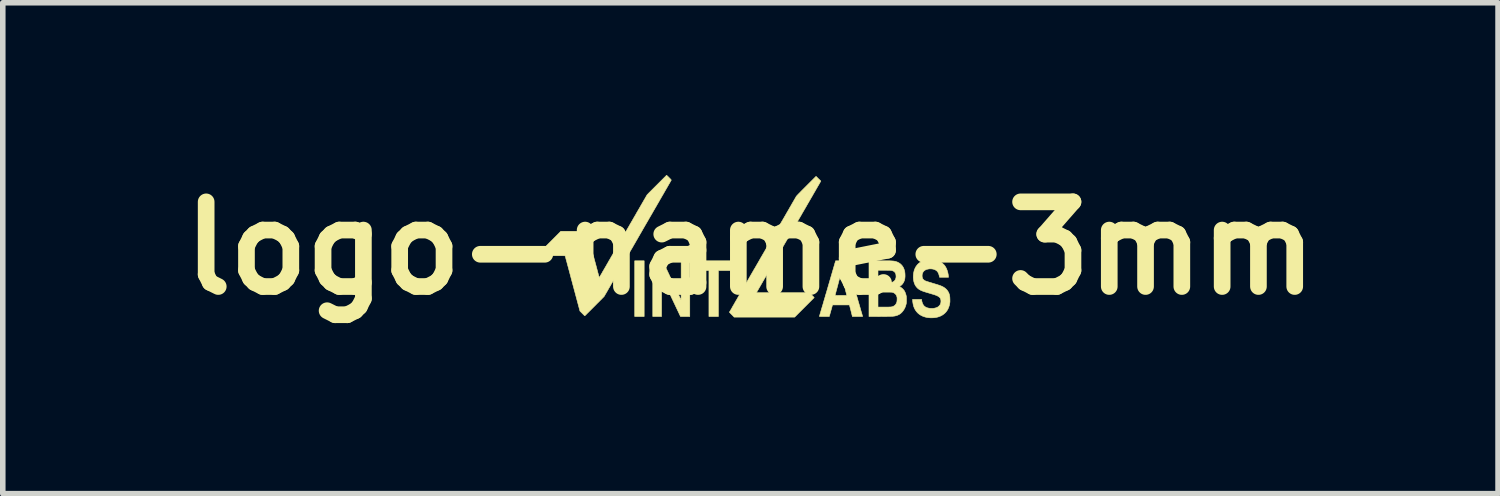
<source format=kicad_pcb>
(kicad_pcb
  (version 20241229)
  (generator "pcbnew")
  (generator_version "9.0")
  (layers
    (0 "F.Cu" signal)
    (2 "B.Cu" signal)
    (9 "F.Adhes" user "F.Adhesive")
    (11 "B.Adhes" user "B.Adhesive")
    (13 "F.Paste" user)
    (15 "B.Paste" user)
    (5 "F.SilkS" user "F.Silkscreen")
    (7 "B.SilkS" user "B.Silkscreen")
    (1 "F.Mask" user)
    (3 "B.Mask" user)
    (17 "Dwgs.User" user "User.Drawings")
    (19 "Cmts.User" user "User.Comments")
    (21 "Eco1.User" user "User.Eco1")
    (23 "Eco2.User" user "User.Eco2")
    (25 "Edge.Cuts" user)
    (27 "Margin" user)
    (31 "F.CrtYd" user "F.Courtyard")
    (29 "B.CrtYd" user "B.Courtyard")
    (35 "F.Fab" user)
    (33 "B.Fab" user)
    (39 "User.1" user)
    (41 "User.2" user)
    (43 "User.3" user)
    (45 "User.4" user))
  (footprint "logo-name-3mm"
    (layer "F.Cu")
    (at 10.458 1.418)
    (property "Reference" "logo-name-3mm" (at 0 0 0) (layer "F.SilkS") (effects (font (size 1.524 1.524) (thickness 0.3))))
    (attr through_hole)
    (fp_poly (pts (xy -1.913 1.229) (xy -2.083 1.229) (xy -2.083 0.226) (xy -1.913 0.226) (xy -1.913 1.229)) (stroke (width 0.01) (type solid)) (fill yes) (layer "F.SilkS"))
    (fp_poly (pts (xy -0.328 0.401) (xy -0.577 0.401) (xy -0.577 1.229) (xy -0.747 1.229) (xy -0.747 0.401) (xy -0.993 0.401) (xy -0.993 0.226) (xy -0.328 0.226) (xy -0.328 0.401)) (stroke (width 0.01) (type solid)) (fill yes) (layer "F.SilkS"))
    (fp_poly (pts (xy -1.416 0.578) (xy -1.397 0.618) (xy -1.379 0.656) (xy -1.362 0.693) (xy -1.345 0.729) (xy -1.33 0.762) (xy -1.315 0.793) (xy -1.301 0.821) (xy -1.289 0.847) (xy -1.278 0.87) (xy -1.269 0.889) (xy -1.261 0.905) (xy -1.256 0.917) (xy -1.251 0.925) (xy -1.249 0.929) (xy -1.249 0.93) (xy -1.249 0.927) (xy -1.249 0.92) (xy -1.249 0.908) (xy -1.248 0.892) (xy -1.248 0.872) (xy -1.248 0.849) (xy -1.248 0.822) (xy -1.248 0.792) (xy -1.247 0.759) (xy -1.247 0.724) (xy -1.247 0.686) (xy -1.247 0.647) (xy -1.247 0.606) (xy -1.247 0.578) (xy -1.247 0.226) (xy -1.092 0.226) (xy -1.092 1.229) (xy -1.259 1.229) (xy -1.429 0.869) (xy -1.599 0.509) (xy -1.6 1.229) (xy -1.758 1.229) (xy -1.758 0.226) (xy -1.581 0.226) (xy -1.416 0.578)) (stroke (width 0.01) (type solid)) (fill yes) (layer "F.SilkS"))
    (fp_poly (pts (xy 1.705 0.227) (xy 1.715 0.227) (xy 1.721 0.227) (xy 1.726 0.228) (xy 1.729 0.228) (xy 1.73 0.229) (xy 1.731 0.23) (xy 1.731 0.23) (xy 1.732 0.235) (xy 1.735 0.244) (xy 1.738 0.257) (xy 1.743 0.273) (xy 1.749 0.294) (xy 1.756 0.318) (xy 1.764 0.345) (xy 1.773 0.375) (xy 1.782 0.407) (xy 1.792 0.442) (xy 1.803 0.479) (xy 1.814 0.517) (xy 1.825 0.557) (xy 1.837 0.598) (xy 1.849 0.64) (xy 1.861 0.682) (xy 1.874 0.725) (xy 1.886 0.767) (xy 1.898 0.81) (xy 1.911 0.852) (xy 1.923 0.893) (xy 1.934 0.933) (xy 1.945 0.972) (xy 1.956 1.009) (xy 1.966 1.044) (xy 1.976 1.077) (xy 1.984 1.107) (xy 1.992 1.135) (xy 2 1.159) (xy 2.006 1.181) (xy 2.011 1.199) (xy 2.015 1.212) (xy 2.018 1.222) (xy 2.019 1.227) (xy 2.019 1.228) (xy 2.017 1.228) (xy 2.01 1.229) (xy 1.999 1.229) (xy 1.985 1.229) (xy 1.968 1.229) (xy 1.948 1.229) (xy 1.927 1.229) (xy 1.835 1.229) (xy 1.809 1.125) (xy 1.782 1.021) (xy 1.477 1.021) (xy 1.456 1.098) (xy 1.45 1.118) (xy 1.444 1.139) (xy 1.439 1.158) (xy 1.434 1.175) (xy 1.43 1.19) (xy 1.427 1.2) (xy 1.427 1.202) (xy 1.419 1.229) (xy 1.329 1.229) (xy 1.306 1.229) (xy 1.286 1.229) (xy 1.271 1.229) (xy 1.259 1.229) (xy 1.251 1.228) (xy 1.246 1.228) (xy 1.243 1.227) (xy 1.241 1.226) (xy 1.241 1.226) (xy 1.242 1.223) (xy 1.244 1.215) (xy 1.248 1.204) (xy 1.252 1.188) (xy 1.258 1.168) (xy 1.265 1.144) (xy 1.273 1.117) (xy 1.282 1.086) (xy 1.292 1.053) (xy 1.303 1.017) (xy 1.314 0.978) (xy 1.326 0.937) (xy 1.339 0.893) (xy 1.352 0.849) (xy 1.524 0.849) (xy 1.524 0.849) (xy 1.526 0.849) (xy 1.533 0.85) (xy 1.544 0.85) (xy 1.559 0.85) (xy 1.577 0.851) (xy 1.596 0.851) (xy 1.618 0.851) (xy 1.63 0.851) (xy 1.657 0.851) (xy 1.679 0.851) (xy 1.697 0.851) (xy 1.711 0.85) (xy 1.721 0.85) (xy 1.728 0.849) (xy 1.732 0.849) (xy 1.734 0.848) (xy 1.734 0.848) (xy 1.733 0.845) (xy 1.731 0.837) (xy 1.728 0.826) (xy 1.725 0.81) (xy 1.72 0.792) (xy 1.714 0.77) (xy 1.708 0.745) (xy 1.701 0.718) (xy 1.693 0.69) (xy 1.686 0.659) (xy 1.683 0.648) (xy 1.675 0.617) (xy 1.667 0.588) (xy 1.66 0.56) (xy 1.654 0.535) (xy 1.648 0.512) (xy 1.643 0.492) (xy 1.638 0.476) (xy 1.635 0.463) (xy 1.632 0.454) (xy 1.631 0.449) (xy 1.631 0.449) (xy 1.63 0.451) (xy 1.628 0.458) (xy 1.625 0.468) (xy 1.621 0.483) (xy 1.616 0.5) (xy 1.611 0.52) (xy 1.605 0.543) (xy 1.598 0.567) (xy 1.591 0.592) (xy 1.584 0.619) (xy 1.577 0.646) (xy 1.57 0.673) (xy 1.563 0.699) (xy 1.556 0.725) (xy 1.549 0.75) (xy 1.543 0.773) (xy 1.538 0.793) (xy 1.533 0.811) (xy 1.529 0.827) (xy 1.526 0.838) (xy 1.525 0.846) (xy 1.524 0.849) (xy 1.352 0.849) (xy 1.352 0.848) (xy 1.366 0.801) (xy 1.38 0.753) (xy 1.388 0.725) (xy 1.533 0.227) (xy 1.631 0.227) (xy 1.656 0.227) (xy 1.677 0.226) (xy 1.693 0.226) (xy 1.705 0.227)) (stroke (width 0.01) (type solid)) (fill yes) (layer "F.SilkS"))
    (fp_poly (pts (xy 2.326 0.226) (xy 2.368 0.226) (xy 2.404 0.226) (xy 2.437 0.226) (xy 2.465 0.227) (xy 2.49 0.227) (xy 2.512 0.227) (xy 2.53 0.228) (xy 2.547 0.229) (xy 2.56 0.23) (xy 2.573 0.231) (xy 2.583 0.232) (xy 2.592 0.234) (xy 2.601 0.235) (xy 2.609 0.237) (xy 2.609 0.237) (xy 2.642 0.248) (xy 2.672 0.263) (xy 2.698 0.281) (xy 2.721 0.303) (xy 2.741 0.328) (xy 2.757 0.357) (xy 2.769 0.389) (xy 2.778 0.423) (xy 2.782 0.461) (xy 2.783 0.5) (xy 2.783 0.504) (xy 2.782 0.519) (xy 2.781 0.534) (xy 2.779 0.548) (xy 2.777 0.558) (xy 2.769 0.587) (xy 2.756 0.615) (xy 2.74 0.64) (xy 2.72 0.662) (xy 2.697 0.679) (xy 2.696 0.68) (xy 2.689 0.684) (xy 2.685 0.688) (xy 2.685 0.689) (xy 2.687 0.69) (xy 2.692 0.694) (xy 2.7 0.7) (xy 2.708 0.705) (xy 2.732 0.723) (xy 2.753 0.744) (xy 2.771 0.768) (xy 2.785 0.796) (xy 2.796 0.827) (xy 2.802 0.849) (xy 2.804 0.858) (xy 2.806 0.867) (xy 2.807 0.876) (xy 2.807 0.887) (xy 2.808 0.901) (xy 2.808 0.919) (xy 2.808 0.927) (xy 2.808 0.947) (xy 2.808 0.964) (xy 2.807 0.977) (xy 2.806 0.989) (xy 2.804 1) (xy 2.801 1.012) (xy 2.797 1.025) (xy 2.795 1.034) (xy 2.783 1.066) (xy 2.768 1.096) (xy 2.75 1.124) (xy 2.729 1.15) (xy 2.707 1.171) (xy 2.689 1.185) (xy 2.667 1.197) (xy 2.643 1.208) (xy 2.617 1.216) (xy 2.588 1.222) (xy 2.568 1.224) (xy 2.56 1.225) (xy 2.547 1.226) (xy 2.53 1.226) (xy 2.508 1.227) (xy 2.481 1.227) (xy 2.45 1.228) (xy 2.414 1.228) (xy 2.375 1.228) (xy 2.339 1.229) (xy 2.134 1.23) (xy 2.134 0.79) (xy 2.296 0.79) (xy 2.296 1.059) (xy 2.409 1.059) (xy 2.439 1.059) (xy 2.465 1.059) (xy 2.486 1.059) (xy 2.504 1.058) (xy 2.518 1.058) (xy 2.529 1.057) (xy 2.537 1.056) (xy 2.54 1.056) (xy 2.565 1.049) (xy 2.586 1.038) (xy 2.604 1.024) (xy 2.618 1.006) (xy 2.63 0.984) (xy 2.636 0.965) (xy 2.638 0.953) (xy 2.639 0.937) (xy 2.64 0.919) (xy 2.64 0.902) (xy 2.639 0.887) (xy 2.637 0.876) (xy 2.629 0.853) (xy 2.617 0.833) (xy 2.601 0.817) (xy 2.582 0.804) (xy 2.56 0.795) (xy 2.556 0.794) (xy 2.552 0.793) (xy 2.547 0.792) (xy 2.54 0.792) (xy 2.531 0.791) (xy 2.519 0.791) (xy 2.504 0.79) (xy 2.486 0.79) (xy 2.465 0.79) (xy 2.438 0.79) (xy 2.419 0.79) (xy 2.296 0.79) (xy 2.134 0.79) (xy 2.134 0.62) (xy 2.296 0.62) (xy 2.409 0.62) (xy 2.442 0.62) (xy 2.47 0.619) (xy 2.493 0.619) (xy 2.511 0.619) (xy 2.525 0.618) (xy 2.534 0.617) (xy 2.535 0.617) (xy 2.558 0.61) (xy 2.578 0.599) (xy 2.595 0.584) (xy 2.607 0.566) (xy 2.616 0.544) (xy 2.619 0.532) (xy 2.621 0.517) (xy 2.621 0.5) (xy 2.619 0.483) (xy 2.617 0.467) (xy 2.614 0.457) (xy 2.604 0.439) (xy 2.591 0.424) (xy 2.574 0.412) (xy 2.552 0.404) (xy 2.547 0.402) (xy 2.543 0.401) (xy 2.537 0.4) (xy 2.531 0.4) (xy 2.522 0.399) (xy 2.511 0.398) (xy 2.497 0.398) (xy 2.48 0.398) (xy 2.459 0.397) (xy 2.434 0.397) (xy 2.414 0.397) (xy 2.296 0.396) (xy 2.296 0.62) (xy 2.134 0.62) (xy 2.134 0.226) (xy 2.326 0.226)) (stroke (width 0.01) (type solid)) (fill yes) (layer "F.SilkS"))
    (fp_poly (pts (xy 3.27 0.203) (xy 3.274 0.204) (xy 3.315 0.208) (xy 3.354 0.217) (xy 3.389 0.229) (xy 3.422 0.246) (xy 3.452 0.267) (xy 3.474 0.288) (xy 3.486 0.3) (xy 3.496 0.311) (xy 3.504 0.323) (xy 3.512 0.336) (xy 3.517 0.344) (xy 3.531 0.372) (xy 3.543 0.404) (xy 3.553 0.439) (xy 3.56 0.475) (xy 3.564 0.509) (xy 3.566 0.523) (xy 3.404 0.523) (xy 3.402 0.514) (xy 3.395 0.482) (xy 3.386 0.455) (xy 3.374 0.432) (xy 3.359 0.413) (xy 3.341 0.398) (xy 3.32 0.387) (xy 3.296 0.378) (xy 3.276 0.374) (xy 3.246 0.371) (xy 3.217 0.372) (xy 3.189 0.377) (xy 3.164 0.384) (xy 3.143 0.395) (xy 3.124 0.409) (xy 3.122 0.411) (xy 3.109 0.427) (xy 3.099 0.447) (xy 3.092 0.469) (xy 3.09 0.491) (xy 3.091 0.514) (xy 3.096 0.536) (xy 3.099 0.544) (xy 3.107 0.557) (xy 3.119 0.569) (xy 3.134 0.581) (xy 3.148 0.588) (xy 3.154 0.59) (xy 3.165 0.594) (xy 3.179 0.599) (xy 3.196 0.604) (xy 3.216 0.611) (xy 3.238 0.617) (xy 3.261 0.624) (xy 3.279 0.63) (xy 3.303 0.637) (xy 3.326 0.644) (xy 3.347 0.65) (xy 3.367 0.656) (xy 3.383 0.662) (xy 3.397 0.666) (xy 3.407 0.669) (xy 3.411 0.671) (xy 3.448 0.686) (xy 3.48 0.703) (xy 3.508 0.723) (xy 3.532 0.745) (xy 3.551 0.77) (xy 3.567 0.797) (xy 3.579 0.827) (xy 3.584 0.848) (xy 3.587 0.863) (xy 3.589 0.881) (xy 3.59 0.902) (xy 3.591 0.924) (xy 3.591 0.945) (xy 3.591 0.965) (xy 3.589 0.982) (xy 3.589 0.982) (xy 3.582 1.022) (xy 3.57 1.06) (xy 3.555 1.095) (xy 3.536 1.127) (xy 3.513 1.156) (xy 3.486 1.181) (xy 3.457 1.202) (xy 3.424 1.22) (xy 3.388 1.234) (xy 3.356 1.243) (xy 3.322 1.249) (xy 3.288 1.252) (xy 3.25 1.253) (xy 3.228 1.252) (xy 3.186 1.248) (xy 3.146 1.239) (xy 3.109 1.227) (xy 3.074 1.211) (xy 3.042 1.191) (xy 3.014 1.168) (xy 2.989 1.141) (xy 2.968 1.111) (xy 2.964 1.104) (xy 2.95 1.077) (xy 2.939 1.049) (xy 2.931 1.021) (xy 2.925 0.989) (xy 2.92 0.954) (xy 2.92 0.944) (xy 2.918 0.922) (xy 3.081 0.922) (xy 3.082 0.934) (xy 3.088 0.966) (xy 3.097 0.993) (xy 3.109 1.017) (xy 3.124 1.037) (xy 3.143 1.053) (xy 3.165 1.066) (xy 3.191 1.075) (xy 3.221 1.081) (xy 3.228 1.082) (xy 3.26 1.084) (xy 3.29 1.083) (xy 3.319 1.078) (xy 3.345 1.071) (xy 3.368 1.061) (xy 3.387 1.048) (xy 3.391 1.044) (xy 3.407 1.027) (xy 3.418 1.01) (xy 3.425 0.99) (xy 3.429 0.967) (xy 3.429 0.955) (xy 3.428 0.933) (xy 3.423 0.914) (xy 3.415 0.897) (xy 3.403 0.883) (xy 3.386 0.87) (xy 3.365 0.858) (xy 3.364 0.858) (xy 3.355 0.853) (xy 3.345 0.849) (xy 3.334 0.845) (xy 3.32 0.84) (xy 3.305 0.835) (xy 3.286 0.829) (xy 3.264 0.823) (xy 3.238 0.815) (xy 3.222 0.81) (xy 3.191 0.801) (xy 3.164 0.793) (xy 3.142 0.786) (xy 3.122 0.78) (xy 3.105 0.774) (xy 3.091 0.768) (xy 3.077 0.763) (xy 3.065 0.757) (xy 3.063 0.756) (xy 3.033 0.739) (xy 3.008 0.719) (xy 2.986 0.695) (xy 2.967 0.668) (xy 2.953 0.637) (xy 2.942 0.603) (xy 2.935 0.565) (xy 2.934 0.556) (xy 2.931 0.525) (xy 2.932 0.492) (xy 2.935 0.459) (xy 2.941 0.427) (xy 2.948 0.398) (xy 2.949 0.395) (xy 2.963 0.361) (xy 2.979 0.331) (xy 2.999 0.304) (xy 3.018 0.283) (xy 3.046 0.26) (xy 3.076 0.24) (xy 3.109 0.225) (xy 3.144 0.214) (xy 3.183 0.206) (xy 3.225 0.203) (xy 3.27 0.203)) (stroke (width 0.01) (type solid)) (fill yes) (layer "F.SilkS"))
    (fp_poly (pts (xy -1.467 -1.273) (xy -1.455 -1.261) (xy -1.444 -1.25) (xy -1.436 -1.24) (xy -1.429 -1.233) (xy -1.426 -1.229) (xy -1.425 -1.228) (xy -1.426 -1.224) (xy -1.43 -1.218) (xy -1.435 -1.209) (xy -1.441 -1.198) (xy -1.441 -1.197) (xy -1.448 -1.186) (xy -1.453 -1.177) (xy -1.456 -1.171) (xy -1.458 -1.168) (xy -1.458 -1.168) (xy -1.459 -1.165) (xy -1.463 -1.159) (xy -1.467 -1.153) (xy -1.471 -1.146) (xy -1.475 -1.14) (xy -1.476 -1.138) (xy -1.477 -1.135) (xy -1.48 -1.129) (xy -1.485 -1.122) (xy -1.489 -1.115) (xy -1.492 -1.109) (xy -1.494 -1.107) (xy -1.495 -1.103) (xy -1.498 -1.098) (xy -1.498 -1.098) (xy -1.502 -1.092) (xy -1.507 -1.084) (xy -1.512 -1.074) (xy -1.513 -1.073) (xy -1.518 -1.064) (xy -1.522 -1.057) (xy -1.525 -1.052) (xy -1.526 -1.051) (xy -1.528 -1.047) (xy -1.529 -1.046) (xy -1.53 -1.043) (xy -1.534 -1.037) (xy -1.539 -1.028) (xy -1.545 -1.017) (xy -1.551 -1.007) (xy -1.558 -0.995) (xy -1.564 -0.984) (xy -1.569 -0.976) (xy -1.572 -0.971) (xy -1.572 -0.969) (xy -1.574 -0.967) (xy -1.577 -0.961) (xy -1.581 -0.955) (xy -1.586 -0.947) (xy -1.589 -0.942) (xy -1.59 -0.939) (xy -1.591 -0.937) (xy -1.595 -0.931) (xy -1.599 -0.924) (xy -1.604 -0.917) (xy -1.607 -0.911) (xy -1.608 -0.909) (xy -1.609 -0.905) (xy -1.612 -0.9) (xy -1.613 -0.9) (xy -1.617 -0.893) (xy -1.622 -0.885) (xy -1.624 -0.881) (xy -1.629 -0.873) (xy -1.634 -0.864) (xy -1.635 -0.861) (xy -1.639 -0.854) (xy -1.642 -0.849) (xy -1.643 -0.848) (xy -1.644 -0.845) (xy -1.648 -0.838) (xy -1.654 -0.828) (xy -1.661 -0.817) (xy -1.665 -0.808) (xy -1.673 -0.796) (xy -1.679 -0.786) (xy -1.683 -0.778) (xy -1.686 -0.773) (xy -1.687 -0.771) (xy -1.688 -0.769) (xy -1.691 -0.763) (xy -1.695 -0.757) (xy -1.7 -0.749) (xy -1.703 -0.744) (xy -1.704 -0.741) (xy -1.706 -0.738) (xy -1.709 -0.733) (xy -1.713 -0.726) (xy -1.718 -0.719) (xy -1.721 -0.713) (xy -1.722 -0.71) (xy -1.723 -0.707) (xy -1.727 -0.702) (xy -1.727 -0.701) (xy -1.731 -0.695) (xy -1.736 -0.687) (xy -1.738 -0.683) (xy -1.743 -0.674) (xy -1.748 -0.666) (xy -1.75 -0.663) (xy -1.754 -0.656) (xy -1.756 -0.651) (xy -1.757 -0.65) (xy -1.759 -0.646) (xy -1.763 -0.639) (xy -1.768 -0.631) (xy -1.77 -0.627) (xy -1.776 -0.617) (xy -1.781 -0.608) (xy -1.786 -0.601) (xy -1.786 -0.599) (xy -1.791 -0.591) (xy -1.796 -0.584) (xy -1.796 -0.583) (xy -1.8 -0.576) (xy -1.805 -0.568) (xy -1.807 -0.563) (xy -1.812 -0.555) (xy -1.816 -0.548) (xy -1.818 -0.546) (xy -1.821 -0.542) (xy -1.821 -0.54) (xy -1.822 -0.538) (xy -1.826 -0.531) (xy -1.83 -0.523) (xy -1.834 -0.517) (xy -1.839 -0.508) (xy -1.844 -0.5) (xy -1.846 -0.496) (xy -1.847 -0.494) (xy -1.848 -0.492) (xy -1.851 -0.486) (xy -1.855 -0.48) (xy -1.86 -0.472) (xy -1.863 -0.467) (xy -1.864 -0.464) (xy -1.866 -0.462) (xy -1.869 -0.456) (xy -1.873 -0.449) (xy -1.878 -0.442) (xy -1.881 -0.436) (xy -1.882 -0.433) (xy -1.884 -0.43) (xy -1.886 -0.427) (xy -1.889 -0.423) (xy -1.893 -0.416) (xy -1.897 -0.408) (xy -1.902 -0.4) (xy -1.905 -0.393) (xy -1.907 -0.39) (xy -1.91 -0.387) (xy -1.913 -0.38) (xy -1.918 -0.372) (xy -1.919 -0.37) (xy -1.924 -0.361) (xy -1.929 -0.353) (xy -1.932 -0.348) (xy -1.932 -0.348) (xy -1.935 -0.344) (xy -1.935 -0.342) (xy -1.937 -0.339) (xy -1.94 -0.333) (xy -1.945 -0.325) (xy -1.948 -0.319) (xy -1.954 -0.31) (xy -1.958 -0.302) (xy -1.96 -0.297) (xy -1.961 -0.296) (xy -1.962 -0.294) (xy -1.966 -0.288) (xy -1.97 -0.282) (xy -1.974 -0.274) (xy -1.978 -0.269) (xy -1.979 -0.266) (xy -1.98 -0.263) (xy -1.983 -0.258) (xy -1.988 -0.251) (xy -1.992 -0.244) (xy -1.995 -0.238) (xy -1.996 -0.235) (xy -1.998 -0.231) (xy -2 -0.229) (xy -2.003 -0.225) (xy -2.007 -0.217) (xy -2.012 -0.21) (xy -2.016 -0.201) (xy -2.02 -0.195) (xy -2.022 -0.192) (xy -2.024 -0.188) (xy -2.028 -0.182) (xy -2.032 -0.173) (xy -2.033 -0.171) (xy -2.038 -0.162) (xy -2.043 -0.155) (xy -2.046 -0.15) (xy -2.046 -0.15) (xy -2.049 -0.146) (xy -2.05 -0.144) (xy -2.051 -0.141) (xy -2.054 -0.135) (xy -2.059 -0.127) (xy -2.062 -0.121) (xy -2.068 -0.112) (xy -2.072 -0.104) (xy -2.075 -0.099) (xy -2.075 -0.098) (xy -2.076 -0.096) (xy -2.08 -0.09) (xy -2.084 -0.083) (xy -2.089 -0.076) (xy -2.092 -0.071) (xy -2.093 -0.068) (xy -2.094 -0.065) (xy -2.098 -0.06) (xy -2.102 -0.053) (xy -2.106 -0.046) (xy -2.11 -0.04) (xy -2.111 -0.037) (xy -2.112 -0.033) (xy -2.114 -0.031) (xy -2.117 -0.026) (xy -2.121 -0.019) (xy -2.126 -0.011) (xy -2.13 -0.003) (xy -2.134 0.003) (xy -2.136 0.006) (xy -2.138 0.01) (xy -2.142 0.016) (xy -2.147 0.025) (xy -2.148 0.027) (xy -2.153 0.036) (xy -2.157 0.043) (xy -2.16 0.048) (xy -2.161 0.048) (xy -2.163 0.052) (xy -2.164 0.054) (xy -2.165 0.057) (xy -2.169 0.063) (xy -2.173 0.071) (xy -2.177 0.077) (xy -2.182 0.086) (xy -2.186 0.094) (xy -2.189 0.099) (xy -2.189 0.1) (xy -2.191 0.103) (xy -2.194 0.108) (xy -2.198 0.115) (xy -2.203 0.122) (xy -2.206 0.127) (xy -2.207 0.13) (xy -2.209 0.133) (xy -2.212 0.139) (xy -2.216 0.145) (xy -2.221 0.153) (xy -2.224 0.158) (xy -2.225 0.161) (xy -2.227 0.165) (xy -2.228 0.167) (xy -2.231 0.172) (xy -2.236 0.179) (xy -2.24 0.187) (xy -2.245 0.195) (xy -2.248 0.201) (xy -2.25 0.204) (xy -2.252 0.208) (xy -2.256 0.214) (xy -2.261 0.223) (xy -2.262 0.225) (xy -2.267 0.234) (xy -2.271 0.241) (xy -2.274 0.246) (xy -2.275 0.246) (xy -2.277 0.251) (xy -2.282 0.258) (xy -2.286 0.265) (xy -2.29 0.274) (xy -2.294 0.28) (xy -2.296 0.283) (xy -2.298 0.287) (xy -2.302 0.293) (xy -2.307 0.302) (xy -2.308 0.304) (xy -2.313 0.313) (xy -2.317 0.32) (xy -2.32 0.325) (xy -2.321 0.325) (xy -2.323 0.329) (xy -2.324 0.331) (xy -2.325 0.334) (xy -2.329 0.34) (xy -2.334 0.349) (xy -2.34 0.36) (xy -2.346 0.369) (xy -2.353 0.382) (xy -2.359 0.392) (xy -2.364 0.401) (xy -2.367 0.406) (xy -2.367 0.407) (xy -2.369 0.41) (xy -2.372 0.415) (xy -2.376 0.422) (xy -2.381 0.429) (xy -2.384 0.435) (xy -2.385 0.437) (xy -2.386 0.44) (xy -2.39 0.446) (xy -2.394 0.452) (xy -2.399 0.46) (xy -2.402 0.466) (xy -2.403 0.468) (xy -2.404 0.472) (xy -2.407 0.477) (xy -2.408 0.477) (xy -2.411 0.483) (xy -2.416 0.491) (xy -2.421 0.5) (xy -2.422 0.502) (xy -2.427 0.511) (xy -2.431 0.518) (xy -2.435 0.523) (xy -2.435 0.523) (xy -2.438 0.527) (xy -2.438 0.529) (xy -2.44 0.532) (xy -2.443 0.538) (xy -2.448 0.547) (xy -2.455 0.558) (xy -2.46 0.567) (xy -2.467 0.58) (xy -2.473 0.59) (xy -2.478 0.599) (xy -2.481 0.604) (xy -2.482 0.605) (xy -2.483 0.608) (xy -2.486 0.614) (xy -2.49 0.62) (xy -2.495 0.627) (xy -2.498 0.633) (xy -2.499 0.635) (xy -2.501 0.638) (xy -2.504 0.644) (xy -2.508 0.651) (xy -2.513 0.658) (xy -2.516 0.664) (xy -2.517 0.666) (xy -2.518 0.67) (xy -2.522 0.675) (xy -2.522 0.675) (xy -2.525 0.681) (xy -2.53 0.689) (xy -2.536 0.699) (xy -2.536 0.7) (xy -2.541 0.709) (xy -2.546 0.716) (xy -2.549 0.721) (xy -2.549 0.722) (xy -2.552 0.726) (xy -2.553 0.727) (xy -2.554 0.73) (xy -2.557 0.736) (xy -2.562 0.745) (xy -2.569 0.756) (xy -2.574 0.766) (xy -2.581 0.778) (xy -2.588 0.789) (xy -2.592 0.797) (xy -2.595 0.802) (xy -2.596 0.804) (xy -2.597 0.806) (xy -2.601 0.812) (xy -2.605 0.818) (xy -2.609 0.825) (xy -2.613 0.831) (xy -2.614 0.833) (xy -2.615 0.836) (xy -2.618 0.842) (xy -2.623 0.849) (xy -2.627 0.856) (xy -2.63 0.862) (xy -2.631 0.865) (xy -2.633 0.867) (xy -2.638 0.872) (xy -2.646 0.881) (xy -2.657 0.892) (xy -2.67 0.905) (xy -2.685 0.921) (xy -2.703 0.938) (xy -2.721 0.957) (xy -2.741 0.977) (xy -2.762 0.997) (xy -2.783 1.019) (xy -2.805 1.041) (xy -2.827 1.063) (xy -2.848 1.084) (xy -2.869 1.105) (xy -2.889 1.125) (xy -2.908 1.144) (xy -2.925 1.161) (xy -2.941 1.176) (xy -2.954 1.19) (xy -2.965 1.201) (xy -2.974 1.209) (xy -2.98 1.215) (xy -2.982 1.217) (xy -2.982 1.217) (xy -2.984 1.215) (xy -2.989 1.21) (xy -2.997 1.203) (xy -3.007 1.193) (xy -3.018 1.182) (xy -3.026 1.174) (xy -3.069 1.131) (xy -3.202 0.635) (xy -3.215 0.586) (xy -3.228 0.538) (xy -3.24 0.492) (xy -3.252 0.447) (xy -3.263 0.405) (xy -3.274 0.365) (xy -3.284 0.327) (xy -3.294 0.292) (xy -3.302 0.26) (xy -3.31 0.231) (xy -3.317 0.206) (xy -3.323 0.184) (xy -3.327 0.166) (xy -3.331 0.152) (xy -3.334 0.142) (xy -3.335 0.137) (xy -3.335 0.136) (xy -3.337 0.136) (xy -3.345 0.136) (xy -3.356 0.136) (xy -3.371 0.135) (xy -3.39 0.135) (xy -3.412 0.135) (xy -3.436 0.135) (xy -3.462 0.135) (xy -3.491 0.135) (xy -3.507 0.135) (xy -3.679 0.135) (xy -3.766 0.048) (xy -3.589 -0.128) (xy -3.413 -0.305) (xy -3.009 -0.305) (xy -2.965 -0.261) (xy -2.922 -0.217) (xy -2.823 0.151) (xy -2.812 0.193) (xy -2.801 0.234) (xy -2.79 0.274) (xy -2.78 0.311) (xy -2.771 0.346) (xy -2.762 0.379) (xy -2.754 0.41) (xy -2.747 0.437) (xy -2.74 0.461) (xy -2.735 0.482) (xy -2.73 0.499) (xy -2.726 0.512) (xy -2.724 0.52) (xy -2.723 0.524) (xy -2.723 0.524) (xy -2.722 0.526) (xy -2.72 0.525) (xy -2.716 0.52) (xy -2.711 0.512) (xy -2.71 0.51) (xy -2.705 0.501) (xy -2.697 0.488) (xy -2.689 0.474) (xy -2.682 0.462) (xy -2.675 0.451) (xy -2.67 0.442) (xy -2.666 0.435) (xy -2.665 0.431) (xy -2.664 0.431) (xy -2.663 0.428) (xy -2.66 0.423) (xy -2.656 0.416) (xy -2.651 0.409) (xy -2.648 0.403) (xy -2.647 0.401) (xy -2.645 0.398) (xy -2.642 0.392) (xy -2.638 0.386) (xy -2.633 0.378) (xy -2.63 0.373) (xy -2.629 0.37) (xy -2.628 0.367) (xy -2.624 0.361) (xy -2.624 0.361) (xy -2.62 0.355) (xy -2.615 0.346) (xy -2.613 0.343) (xy -2.608 0.334) (xy -2.603 0.325) (xy -2.601 0.323) (xy -2.597 0.316) (xy -2.595 0.311) (xy -2.594 0.31) (xy -2.592 0.306) (xy -2.588 0.3) (xy -2.583 0.29) (xy -2.576 0.278) (xy -2.571 0.27) (xy -2.564 0.258) (xy -2.558 0.247) (xy -2.554 0.239) (xy -2.551 0.234) (xy -2.55 0.233) (xy -2.549 0.23) (xy -2.546 0.225) (xy -2.541 0.218) (xy -2.537 0.211) (xy -2.533 0.205) (xy -2.532 0.203) (xy -2.531 0.2) (xy -2.528 0.194) (xy -2.523 0.188) (xy -2.519 0.18) (xy -2.516 0.175) (xy -2.515 0.172) (xy -2.513 0.169) (xy -2.51 0.163) (xy -2.506 0.156) (xy -2.501 0.149) (xy -2.498 0.143) (xy -2.497 0.141) (xy -2.495 0.138) (xy -2.492 0.133) (xy -2.492 0.132) (xy -2.489 0.127) (xy -2.484 0.119) (xy -2.478 0.109) (xy -2.478 0.108) (xy -2.473 0.099) (xy -2.468 0.091) (xy -2.465 0.087) (xy -2.465 0.086) (xy -2.462 0.082) (xy -2.461 0.081) (xy -2.46 0.078) (xy -2.457 0.072) (xy -2.452 0.063) (xy -2.449 0.057) (xy -2.443 0.048) (xy -2.439 0.041) (xy -2.436 0.036) (xy -2.436 0.035) (xy -2.435 0.032) (xy -2.431 0.027) (xy -2.427 0.02) (xy -2.422 0.013) (xy -2.419 0.007) (xy -2.418 0.005) (xy -2.417 0.002) (xy -2.413 -0.004) (xy -2.409 -0.011) (xy -2.405 -0.018) (xy -2.401 -0.024) (xy -2.4 -0.026) (xy -2.399 -0.03) (xy -2.397 -0.033) (xy -2.394 -0.037) (xy -2.39 -0.044) (xy -2.385 -0.052) (xy -2.381 -0.06) (xy -2.377 -0.067) (xy -2.375 -0.07) (xy -2.373 -0.073) (xy -2.369 -0.08) (xy -2.364 -0.088) (xy -2.363 -0.09) (xy -2.358 -0.099) (xy -2.354 -0.107) (xy -2.351 -0.112) (xy -2.35 -0.112) (xy -2.348 -0.116) (xy -2.347 -0.118) (xy -2.346 -0.12) (xy -2.342 -0.126) (xy -2.338 -0.135) (xy -2.334 -0.141) (xy -2.329 -0.15) (xy -2.325 -0.157) (xy -2.322 -0.162) (xy -2.322 -0.163) (xy -2.32 -0.166) (xy -2.317 -0.172) (xy -2.313 -0.178) (xy -2.308 -0.185) (xy -2.305 -0.191) (xy -2.304 -0.193) (xy -2.302 -0.196) (xy -2.299 -0.202) (xy -2.295 -0.209) (xy -2.29 -0.216) (xy -2.287 -0.222) (xy -2.286 -0.225) (xy -2.284 -0.228) (xy -2.283 -0.231) (xy -2.28 -0.235) (xy -2.275 -0.242) (xy -2.271 -0.25) (xy -2.266 -0.258) (xy -2.263 -0.265) (xy -2.261 -0.268) (xy -2.259 -0.271) (xy -2.255 -0.278) (xy -2.25 -0.286) (xy -2.249 -0.288) (xy -2.244 -0.297) (xy -2.24 -0.305) (xy -2.236 -0.31) (xy -2.236 -0.31) (xy -2.233 -0.314) (xy -2.233 -0.316) (xy -2.231 -0.318) (xy -2.228 -0.325) (xy -2.223 -0.333) (xy -2.221 -0.337) (xy -2.214 -0.348) (xy -2.208 -0.36) (xy -2.202 -0.369) (xy -2.201 -0.371) (xy -2.197 -0.379) (xy -2.193 -0.386) (xy -2.19 -0.389) (xy -2.188 -0.393) (xy -2.187 -0.394) (xy -2.186 -0.397) (xy -2.182 -0.403) (xy -2.178 -0.412) (xy -2.174 -0.418) (xy -2.169 -0.427) (xy -2.165 -0.434) (xy -2.162 -0.439) (xy -2.162 -0.44) (xy -2.16 -0.443) (xy -2.157 -0.448) (xy -2.153 -0.455) (xy -2.148 -0.462) (xy -2.145 -0.468) (xy -2.144 -0.47) (xy -2.142 -0.473) (xy -2.139 -0.479) (xy -2.135 -0.485) (xy -2.13 -0.493) (xy -2.127 -0.499) (xy -2.126 -0.501) (xy -2.124 -0.505) (xy -2.123 -0.508) (xy -2.12 -0.512) (xy -2.115 -0.519) (xy -2.111 -0.527) (xy -2.106 -0.535) (xy -2.103 -0.542) (xy -2.101 -0.545) (xy -2.099 -0.548) (xy -2.095 -0.555) (xy -2.09 -0.563) (xy -2.089 -0.565) (xy -2.084 -0.574) (xy -2.08 -0.582) (xy -2.076 -0.586) (xy -2.076 -0.587) (xy -2.073 -0.591) (xy -2.073 -0.593) (xy -2.071 -0.595) (xy -2.068 -0.601) (xy -2.063 -0.61) (xy -2.06 -0.616) (xy -2.055 -0.625) (xy -2.05 -0.632) (xy -2.048 -0.637) (xy -2.047 -0.638) (xy -2.046 -0.641) (xy -2.043 -0.647) (xy -2.038 -0.653) (xy -2.034 -0.66) (xy -2.031 -0.666) (xy -2.029 -0.668) (xy -2.028 -0.671) (xy -2.025 -0.677) (xy -2.021 -0.684) (xy -2.016 -0.691) (xy -2.013 -0.697) (xy -2.012 -0.7) (xy -2.01 -0.703) (xy -2.008 -0.706) (xy -2.005 -0.71) (xy -2.001 -0.717) (xy -1.997 -0.725) (xy -1.992 -0.733) (xy -1.988 -0.74) (xy -1.986 -0.743) (xy -1.984 -0.746) (xy -1.981 -0.753) (xy -1.976 -0.761) (xy -1.975 -0.763) (xy -1.97 -0.772) (xy -1.965 -0.78) (xy -1.962 -0.785) (xy -1.962 -0.785) (xy -1.959 -0.789) (xy -1.958 -0.791) (xy -1.957 -0.793) (xy -1.954 -0.799) (xy -1.949 -0.809) (xy -1.942 -0.82) (xy -1.937 -0.829) (xy -1.93 -0.841) (xy -1.923 -0.852) (xy -1.919 -0.86) (xy -1.916 -0.866) (xy -1.915 -0.867) (xy -1.914 -0.87) (xy -1.911 -0.875) (xy -1.906 -0.882) (xy -1.902 -0.889) (xy -1.898 -0.895) (xy -1.897 -0.897) (xy -1.896 -0.9) (xy -1.893 -0.906) (xy -1.888 -0.912) (xy -1.884 -0.92) (xy -1.881 -0.925) (xy -1.88 -0.928) (xy -1.878 -0.931) (xy -1.875 -0.937) (xy -1.871 -0.943) (xy -1.866 -0.951) (xy -1.863 -0.957) (xy -1.862 -0.959) (xy -1.86 -0.961) (xy -1.855 -0.967) (xy -1.847 -0.975) (xy -1.836 -0.987) (xy -1.822 -1.001) (xy -1.806 -1.017) (xy -1.788 -1.035) (xy -1.767 -1.056) (xy -1.746 -1.077) (xy -1.722 -1.101) (xy -1.698 -1.125) (xy -1.685 -1.138) (xy -1.509 -1.314) (xy -1.467 -1.273)) (stroke (width 0.01) (type solid)) (fill yes) (layer "F.SilkS"))
    (fp_poly (pts (xy 1.224 -1.251) (xy 1.267 -1.209) (xy 1.263 -1.201) (xy 1.259 -1.193) (xy 1.253 -1.185) (xy 1.251 -1.182) (xy 1.247 -1.174) (xy 1.244 -1.168) (xy 1.243 -1.166) (xy 1.24 -1.161) (xy 1.237 -1.156) (xy 1.234 -1.15) (xy 1.229 -1.142) (xy 1.224 -1.133) (xy 1.223 -1.132) (xy 1.218 -1.123) (xy 1.213 -1.115) (xy 1.21 -1.11) (xy 1.21 -1.11) (xy 1.207 -1.106) (xy 1.206 -1.104) (xy 1.205 -1.102) (xy 1.202 -1.095) (xy 1.197 -1.086) (xy 1.19 -1.075) (xy 1.185 -1.066) (xy 1.178 -1.054) (xy 1.172 -1.043) (xy 1.167 -1.035) (xy 1.164 -1.029) (xy 1.163 -1.028) (xy 1.162 -1.025) (xy 1.159 -1.02) (xy 1.154 -1.013) (xy 1.15 -1.006) (xy 1.147 -1) (xy 1.146 -0.998) (xy 1.144 -0.995) (xy 1.141 -0.989) (xy 1.137 -0.983) (xy 1.132 -0.975) (xy 1.129 -0.97) (xy 1.128 -0.967) (xy 1.126 -0.963) (xy 1.123 -0.958) (xy 1.123 -0.958) (xy 1.12 -0.952) (xy 1.115 -0.944) (xy 1.109 -0.935) (xy 1.109 -0.933) (xy 1.104 -0.924) (xy 1.099 -0.917) (xy 1.096 -0.912) (xy 1.096 -0.912) (xy 1.093 -0.908) (xy 1.092 -0.906) (xy 1.091 -0.903) (xy 1.088 -0.897) (xy 1.082 -0.888) (xy 1.076 -0.877) (xy 1.071 -0.868) (xy 1.063 -0.855) (xy 1.057 -0.845) (xy 1.053 -0.836) (xy 1.05 -0.831) (xy 1.049 -0.829) (xy 1.048 -0.826) (xy 1.045 -0.823) (xy 1.042 -0.819) (xy 1.038 -0.812) (xy 1.035 -0.806) (xy 1.03 -0.798) (xy 1.024 -0.787) (xy 1.017 -0.775) (xy 1.015 -0.772) (xy 1.01 -0.763) (xy 1.006 -0.756) (xy 1.004 -0.752) (xy 1.003 -0.751) (xy 1.002 -0.748) (xy 0.999 -0.743) (xy 0.994 -0.736) (xy 0.99 -0.729) (xy 0.987 -0.723) (xy 0.986 -0.721) (xy 0.984 -0.718) (xy 0.981 -0.712) (xy 0.977 -0.706) (xy 0.972 -0.698) (xy 0.969 -0.693) (xy 0.968 -0.69) (xy 0.966 -0.687) (xy 0.963 -0.681) (xy 0.963 -0.681) (xy 0.959 -0.675) (xy 0.954 -0.667) (xy 0.952 -0.663) (xy 0.947 -0.654) (xy 0.942 -0.645) (xy 0.94 -0.643) (xy 0.936 -0.636) (xy 0.933 -0.631) (xy 0.933 -0.63) (xy 0.931 -0.627) (xy 0.927 -0.62) (xy 0.922 -0.61) (xy 0.915 -0.598) (xy 0.91 -0.59) (xy 0.903 -0.578) (xy 0.897 -0.567) (xy 0.892 -0.559) (xy 0.89 -0.554) (xy 0.889 -0.553) (xy 0.888 -0.55) (xy 0.884 -0.545) (xy 0.88 -0.538) (xy 0.875 -0.531) (xy 0.872 -0.525) (xy 0.871 -0.523) (xy 0.87 -0.52) (xy 0.867 -0.514) (xy 0.862 -0.508) (xy 0.858 -0.5) (xy 0.854 -0.495) (xy 0.853 -0.492) (xy 0.852 -0.488) (xy 0.849 -0.483) (xy 0.849 -0.483) (xy 0.845 -0.477) (xy 0.84 -0.468) (xy 0.838 -0.465) (xy 0.833 -0.456) (xy 0.828 -0.447) (xy 0.826 -0.445) (xy 0.822 -0.438) (xy 0.819 -0.433) (xy 0.819 -0.432) (xy 0.817 -0.428) (xy 0.813 -0.421) (xy 0.807 -0.412) (xy 0.801 -0.4) (xy 0.796 -0.392) (xy 0.789 -0.38) (xy 0.783 -0.369) (xy 0.778 -0.361) (xy 0.775 -0.356) (xy 0.775 -0.355) (xy 0.773 -0.352) (xy 0.77 -0.347) (xy 0.766 -0.34) (xy 0.761 -0.333) (xy 0.758 -0.327) (xy 0.757 -0.325) (xy 0.756 -0.322) (xy 0.752 -0.316) (xy 0.748 -0.31) (xy 0.743 -0.302) (xy 0.74 -0.296) (xy 0.739 -0.294) (xy 0.738 -0.29) (xy 0.736 -0.287) (xy 0.733 -0.283) (xy 0.728 -0.276) (xy 0.724 -0.268) (xy 0.72 -0.26) (xy 0.716 -0.253) (xy 0.714 -0.25) (xy 0.712 -0.247) (xy 0.708 -0.24) (xy 0.703 -0.232) (xy 0.702 -0.23) (xy 0.697 -0.221) (xy 0.693 -0.213) (xy 0.69 -0.209) (xy 0.689 -0.208) (xy 0.686 -0.204) (xy 0.686 -0.202) (xy 0.685 -0.2) (xy 0.681 -0.194) (xy 0.677 -0.185) (xy 0.673 -0.179) (xy 0.668 -0.17) (xy 0.663 -0.163) (xy 0.661 -0.158) (xy 0.66 -0.157) (xy 0.659 -0.154) (xy 0.656 -0.148) (xy 0.652 -0.142) (xy 0.647 -0.135) (xy 0.644 -0.129) (xy 0.643 -0.127) (xy 0.641 -0.124) (xy 0.638 -0.118) (xy 0.634 -0.111) (xy 0.629 -0.104) (xy 0.626 -0.098) (xy 0.625 -0.096) (xy 0.623 -0.092) (xy 0.621 -0.089) (xy 0.618 -0.085) (xy 0.614 -0.078) (xy 0.61 -0.07) (xy 0.605 -0.062) (xy 0.602 -0.055) (xy 0.6 -0.052) (xy 0.597 -0.049) (xy 0.594 -0.042) (xy 0.589 -0.034) (xy 0.588 -0.032) (xy 0.583 -0.023) (xy 0.578 -0.015) (xy 0.575 -0.01) (xy 0.575 -0.01) (xy 0.572 -0.006) (xy 0.572 -0.004) (xy 0.57 -0.002) (xy 0.567 0.005) (xy 0.562 0.013) (xy 0.559 0.019) (xy 0.553 0.028) (xy 0.549 0.036) (xy 0.547 0.041) (xy 0.546 0.042) (xy 0.545 0.045) (xy 0.543 0.048) (xy 0.539 0.052) (xy 0.535 0.06) (xy 0.532 0.065) (xy 0.527 0.074) (xy 0.521 0.084) (xy 0.514 0.096) (xy 0.512 0.099) (xy 0.507 0.108) (xy 0.503 0.115) (xy 0.501 0.119) (xy 0.5 0.12) (xy 0.499 0.123) (xy 0.496 0.128) (xy 0.491 0.135) (xy 0.487 0.142) (xy 0.484 0.148) (xy 0.483 0.15) (xy 0.481 0.153) (xy 0.478 0.159) (xy 0.474 0.165) (xy 0.469 0.173) (xy 0.466 0.179) (xy 0.465 0.181) (xy 0.463 0.185) (xy 0.461 0.188) (xy 0.458 0.192) (xy 0.454 0.199) (xy 0.45 0.207) (xy 0.445 0.215) (xy 0.442 0.222) (xy 0.439 0.225) (xy 0.437 0.228) (xy 0.434 0.235) (xy 0.429 0.243) (xy 0.428 0.245) (xy 0.423 0.254) (xy 0.418 0.262) (xy 0.415 0.266) (xy 0.415 0.267) (xy 0.412 0.271) (xy 0.411 0.273) (xy 0.41 0.275) (xy 0.407 0.281) (xy 0.402 0.29) (xy 0.399 0.296) (xy 0.393 0.305) (xy 0.389 0.312) (xy 0.387 0.317) (xy 0.386 0.318) (xy 0.385 0.321) (xy 0.381 0.327) (xy 0.377 0.333) (xy 0.373 0.34) (xy 0.369 0.346) (xy 0.368 0.348) (xy 0.367 0.351) (xy 0.364 0.357) (xy 0.359 0.364) (xy 0.355 0.371) (xy 0.352 0.377) (xy 0.351 0.379) (xy 0.349 0.383) (xy 0.347 0.386) (xy 0.344 0.39) (xy 0.34 0.397) (xy 0.335 0.405) (xy 0.331 0.413) (xy 0.327 0.42) (xy 0.325 0.423) (xy 0.323 0.426) (xy 0.319 0.433) (xy 0.315 0.441) (xy 0.314 0.443) (xy 0.309 0.452) (xy 0.304 0.46) (xy 0.301 0.465) (xy 0.301 0.465) (xy 0.298 0.469) (xy 0.297 0.471) (xy 0.296 0.473) (xy 0.293 0.479) (xy 0.288 0.488) (xy 0.284 0.494) (xy 0.279 0.503) (xy 0.275 0.511) (xy 0.272 0.515) (xy 0.272 0.517) (xy 0.27 0.519) (xy 0.267 0.525) (xy 0.263 0.531) (xy 0.258 0.538) (xy 0.255 0.544) (xy 0.254 0.546) (xy 0.253 0.549) (xy 0.249 0.555) (xy 0.245 0.562) (xy 0.24 0.569) (xy 0.237 0.575) (xy 0.236 0.578) (xy 0.235 0.581) (xy 0.233 0.584) (xy 0.23 0.588) (xy 0.225 0.595) (xy 0.221 0.603) (xy 0.217 0.611) (xy 0.213 0.618) (xy 0.211 0.621) (xy 0.209 0.624) (xy 0.205 0.631) (xy 0.2 0.639) (xy 0.199 0.641) (xy 0.194 0.65) (xy 0.19 0.658) (xy 0.187 0.663) (xy 0.186 0.663) (xy 0.184 0.667) (xy 0.183 0.669) (xy 0.182 0.671) (xy 0.178 0.678) (xy 0.173 0.687) (xy 0.167 0.698) (xy 0.161 0.707) (xy 0.154 0.719) (xy 0.148 0.73) (xy 0.143 0.738) (xy 0.14 0.744) (xy 0.14 0.745) (xy 0.138 0.748) (xy 0.135 0.753) (xy 0.132 0.758) (xy 0.127 0.765) (xy 0.123 0.772) (xy 0.122 0.775) (xy 0.119 0.781) (xy 0.114 0.788) (xy 0.113 0.791) (xy 0.107 0.8) (xy 0.584 0.8) (xy 1.061 0.8) (xy 1.148 0.888) (xy 0.972 1.064) (xy 0.796 1.24) (xy -0.293 1.24) (xy -0.337 1.195) (xy -0.351 1.181) (xy -0.363 1.169) (xy -0.371 1.16) (xy -0.377 1.154) (xy -0.379 1.15) (xy -0.379 1.15) (xy -0.376 1.146) (xy -0.372 1.14) (xy -0.371 1.138) (xy -0.367 1.132) (xy -0.364 1.126) (xy -0.363 1.125) (xy -0.361 1.121) (xy -0.356 1.113) (xy -0.35 1.104) (xy -0.344 1.093) (xy -0.337 1.081) (xy -0.331 1.07) (xy -0.325 1.06) (xy -0.321 1.052) (xy -0.318 1.047) (xy -0.318 1.046) (xy -0.316 1.043) (xy -0.313 1.037) (xy -0.309 1.031) (xy -0.304 1.024) (xy -0.301 1.018) (xy -0.3 1.016) (xy -0.298 1.013) (xy -0.295 1.007) (xy -0.291 1) (xy -0.286 0.993) (xy -0.283 0.987) (xy -0.282 0.985) (xy -0.281 0.981) (xy -0.277 0.976) (xy -0.277 0.976) (xy -0.274 0.97) (xy -0.269 0.962) (xy -0.264 0.952) (xy -0.263 0.951) (xy -0.258 0.942) (xy -0.253 0.935) (xy -0.25 0.93) (xy -0.25 0.929) (xy -0.247 0.925) (xy -0.246 0.924) (xy -0.245 0.921) (xy -0.242 0.915) (xy -0.237 0.906) (xy -0.23 0.895) (xy -0.225 0.885) (xy -0.218 0.873) (xy -0.212 0.862) (xy -0.207 0.854) (xy -0.204 0.849) (xy -0.203 0.847) (xy -0.202 0.845) (xy -0.199 0.839) (xy -0.194 0.833) (xy -0.19 0.826) (xy -0.186 0.82) (xy -0.185 0.818) (xy -0.184 0.815) (xy -0.181 0.809) (xy -0.177 0.802) (xy -0.172 0.795) (xy -0.169 0.789) (xy -0.168 0.787) (xy -0.166 0.783) (xy -0.163 0.778) (xy -0.163 0.778) (xy -0.159 0.771) (xy -0.154 0.763) (xy -0.152 0.759) (xy -0.147 0.751) (xy -0.142 0.742) (xy -0.14 0.739) (xy -0.136 0.733) (xy -0.133 0.727) (xy -0.133 0.726) (xy -0.131 0.723) (xy -0.127 0.716) (xy -0.122 0.706) (xy -0.115 0.695) (xy -0.11 0.687) (xy -0.103 0.674) (xy -0.097 0.664) (xy -0.092 0.656) (xy -0.09 0.651) (xy -0.089 0.649) (xy -0.088 0.647) (xy -0.084 0.641) (xy -0.08 0.635) (xy -0.075 0.627) (xy -0.072 0.622) (xy -0.071 0.619) (xy -0.07 0.617) (xy -0.066 0.611) (xy -0.062 0.604) (xy -0.058 0.597) (xy -0.054 0.591) (xy -0.053 0.588) (xy -0.052 0.585) (xy -0.049 0.58) (xy -0.049 0.58) (xy -0.045 0.573) (xy -0.04 0.565) (xy -0.038 0.561) (xy -0.033 0.552) (xy -0.027 0.544) (xy -0.026 0.541) (xy -0.022 0.534) (xy -0.019 0.529) (xy -0.019 0.528) (xy -0.017 0.525) (xy -0.013 0.518) (xy -0.007 0.508) (xy -0.001 0.497) (xy 0.004 0.488) (xy 0.011 0.476) (xy 0.017 0.466) (xy 0.022 0.458) (xy 0.025 0.452) (xy 0.025 0.451) (xy 0.027 0.449) (xy 0.03 0.443) (xy 0.034 0.437) (xy 0.039 0.429) (xy 0.042 0.424) (xy 0.043 0.421) (xy 0.044 0.418) (xy 0.048 0.413) (xy 0.052 0.406) (xy 0.057 0.399) (xy 0.06 0.393) (xy 0.061 0.39) (xy 0.062 0.386) (xy 0.064 0.384) (xy 0.067 0.379) (xy 0.072 0.372) (xy 0.075 0.366) (xy 0.082 0.355) (xy 0.087 0.346) (xy 0.092 0.337) (xy 0.098 0.327) (xy 0.103 0.319) (xy 0.106 0.314) (xy 0.107 0.311) (xy 0.108 0.308) (xy 0.11 0.305) (xy 0.113 0.301) (xy 0.117 0.294) (xy 0.122 0.286) (xy 0.126 0.278) (xy 0.13 0.271) (xy 0.132 0.268) (xy 0.134 0.265) (xy 0.138 0.258) (xy 0.142 0.25) (xy 0.144 0.248) (xy 0.149 0.239) (xy 0.153 0.231) (xy 0.156 0.226) (xy 0.157 0.226) (xy 0.159 0.222) (xy 0.16 0.22) (xy 0.161 0.217) (xy 0.165 0.211) (xy 0.169 0.203) (xy 0.173 0.197) (xy 0.178 0.188) (xy 0.182 0.18) (xy 0.185 0.176) (xy 0.185 0.174) (xy 0.187 0.172) (xy 0.19 0.166) (xy 0.194 0.16) (xy 0.199 0.152) (xy 0.202 0.147) (xy 0.203 0.144) (xy 0.204 0.142) (xy 0.208 0.136) (xy 0.212 0.129) (xy 0.217 0.122) (xy 0.22 0.116) (xy 0.221 0.113) (xy 0.222 0.11) (xy 0.224 0.107) (xy 0.227 0.103) (xy 0.232 0.095) (xy 0.236 0.088) (xy 0.241 0.08) (xy 0.244 0.073) (xy 0.246 0.07) (xy 0.248 0.067) (xy 0.252 0.06) (xy 0.257 0.052) (xy 0.258 0.05) (xy 0.263 0.041) (xy 0.267 0.033) (xy 0.271 0.028) (xy 0.271 0.028) (xy 0.274 0.024) (xy 0.274 0.022) (xy 0.276 0.019) (xy 0.279 0.013) (xy 0.284 0.005) (xy 0.287 -0.001) (xy 0.292 -0.01) (xy 0.297 -0.018) (xy 0.299 -0.023) (xy 0.3 -0.024) (xy 0.301 -0.026) (xy 0.304 -0.032) (xy 0.309 -0.038) (xy 0.313 -0.046) (xy 0.316 -0.051) (xy 0.318 -0.054) (xy 0.319 -0.057) (xy 0.322 -0.062) (xy 0.326 -0.069) (xy 0.331 -0.076) (xy 0.334 -0.082) (xy 0.335 -0.085) (xy 0.337 -0.089) (xy 0.339 -0.091) (xy 0.342 -0.095) (xy 0.346 -0.103) (xy 0.35 -0.11) (xy 0.355 -0.119) (xy 0.359 -0.125) (xy 0.361 -0.128) (xy 0.363 -0.132) (xy 0.366 -0.138) (xy 0.371 -0.147) (xy 0.372 -0.149) (xy 0.377 -0.158) (xy 0.382 -0.165) (xy 0.385 -0.17) (xy 0.385 -0.17) (xy 0.388 -0.174) (xy 0.389 -0.176) (xy 0.39 -0.179) (xy 0.393 -0.185) (xy 0.398 -0.193) (xy 0.401 -0.199) (xy 0.407 -0.208) (xy 0.411 -0.216) (xy 0.414 -0.221) (xy 0.414 -0.222) (xy 0.415 -0.224) (xy 0.419 -0.23) (xy 0.423 -0.237) (xy 0.428 -0.244) (xy 0.431 -0.249) (xy 0.432 -0.252) (xy 0.433 -0.255) (xy 0.436 -0.26) (xy 0.441 -0.267) (xy 0.445 -0.274) (xy 0.449 -0.28) (xy 0.45 -0.283) (xy 0.451 -0.287) (xy 0.453 -0.289) (xy 0.456 -0.294) (xy 0.46 -0.301) (xy 0.465 -0.309) (xy 0.469 -0.317) (xy 0.473 -0.323) (xy 0.475 -0.326) (xy 0.477 -0.33) (xy 0.481 -0.336) (xy 0.485 -0.345) (xy 0.486 -0.347) (xy 0.491 -0.356) (xy 0.496 -0.363) (xy 0.499 -0.368) (xy 0.499 -0.369) (xy 0.502 -0.372) (xy 0.503 -0.374) (xy 0.504 -0.377) (xy 0.507 -0.383) (xy 0.512 -0.391) (xy 0.516 -0.397) (xy 0.521 -0.407) (xy 0.525 -0.414) (xy 0.528 -0.419) (xy 0.528 -0.42) (xy 0.53 -0.423) (xy 0.533 -0.428) (xy 0.537 -0.435) (xy 0.542 -0.442) (xy 0.545 -0.447) (xy 0.546 -0.45) (xy 0.547 -0.453) (xy 0.551 -0.459) (xy 0.555 -0.465) (xy 0.56 -0.473) (xy 0.563 -0.478) (xy 0.564 -0.481) (xy 0.565 -0.485) (xy 0.567 -0.487) (xy 0.571 -0.492) (xy 0.575 -0.499) (xy 0.581 -0.509) (xy 0.586 -0.519) (xy 0.59 -0.526) (xy 0.593 -0.531) (xy 0.598 -0.539) (xy 0.601 -0.545) (xy 0.606 -0.552) (xy 0.609 -0.557) (xy 0.61 -0.559) (xy 0.611 -0.562) (xy 0.614 -0.568) (xy 0.618 -0.574) (xy 0.623 -0.582) (xy 0.626 -0.587) (xy 0.627 -0.59) (xy 0.629 -0.594) (xy 0.632 -0.599) (xy 0.632 -0.599) (xy 0.636 -0.605) (xy 0.641 -0.613) (xy 0.646 -0.622) (xy 0.646 -0.624) (xy 0.651 -0.633) (xy 0.656 -0.64) (xy 0.659 -0.645) (xy 0.659 -0.645) (xy 0.662 -0.649) (xy 0.663 -0.651) (xy 0.664 -0.654) (xy 0.668 -0.66) (xy 0.673 -0.669) (xy 0.679 -0.68) (xy 0.685 -0.689) (xy 0.692 -0.702) (xy 0.698 -0.712) (xy 0.703 -0.721) (xy 0.705 -0.726) (xy 0.706 -0.727) (xy 0.707 -0.73) (xy 0.711 -0.735) (xy 0.715 -0.742) (xy 0.72 -0.749) (xy 0.723 -0.755) (xy 0.724 -0.757) (xy 0.725 -0.76) (xy 0.729 -0.766) (xy 0.733 -0.773) (xy 0.737 -0.78) (xy 0.741 -0.786) (xy 0.742 -0.788) (xy 0.743 -0.792) (xy 0.746 -0.797) (xy 0.746 -0.797) (xy 0.75 -0.803) (xy 0.755 -0.811) (xy 0.76 -0.821) (xy 0.761 -0.822) (xy 0.766 -0.831) (xy 0.77 -0.838) (xy 0.773 -0.843) (xy 0.774 -0.843) (xy 0.777 -0.847) (xy 0.777 -0.849) (xy 0.778 -0.852) (xy 0.782 -0.858) (xy 0.787 -0.867) (xy 0.793 -0.878) (xy 0.799 -0.888) (xy 0.806 -0.9) (xy 0.812 -0.91) (xy 0.817 -0.919) (xy 0.82 -0.924) (xy 0.82 -0.926) (xy 0.821 -0.928) (xy 0.823 -0.931) (xy 0.827 -0.936) (xy 0.833 -0.942) (xy 0.84 -0.951) (xy 0.85 -0.961) (xy 0.862 -0.974) (xy 0.877 -0.989) (xy 0.894 -1.006) (xy 0.914 -1.027) (xy 0.937 -1.05) (xy 0.963 -1.076) (xy 0.993 -1.106) (xy 1.008 -1.121) (xy 1.181 -1.294) (xy 1.224 -1.251)) (stroke (width 0.01) (type solid)) (fill yes) (layer "F.SilkS")))
  (gr_rect
    (start -3 -3)
    (end 23.915 5.836)
    (stroke (width 0.1) (type default))
    (fill no)
    (layer "Edge.Cuts")))
</source>
